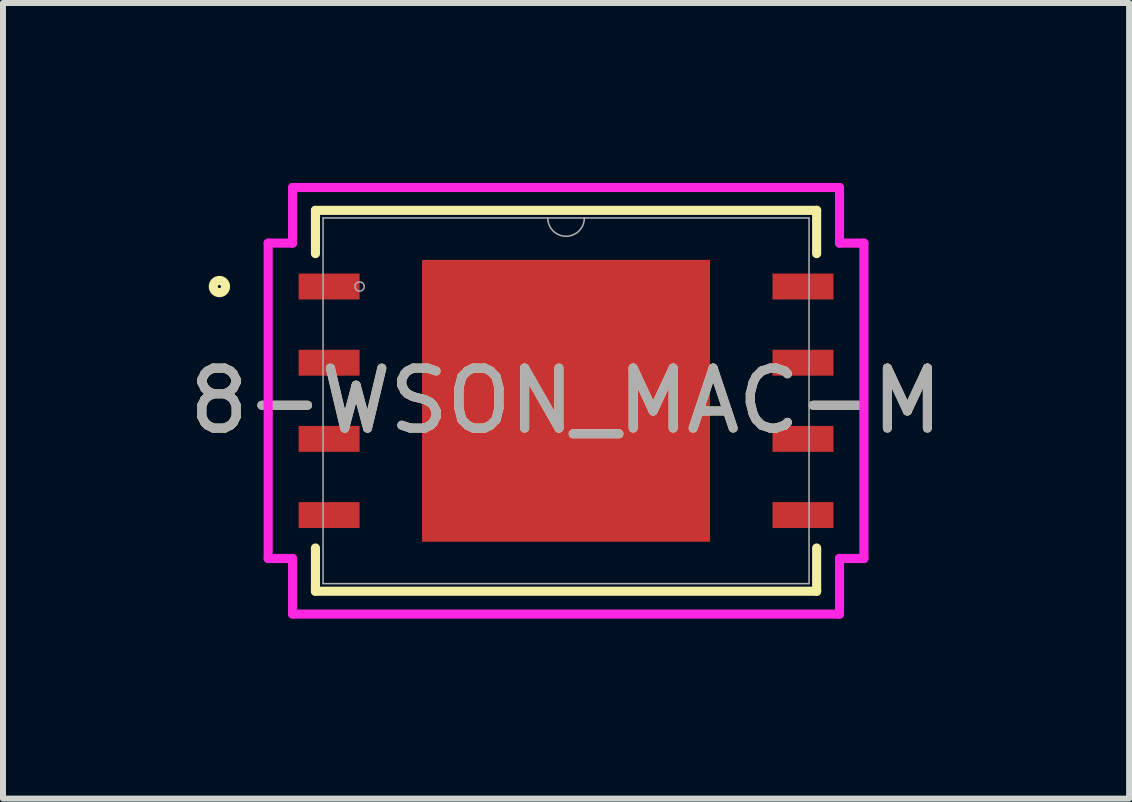
<source format=kicad_pcb>
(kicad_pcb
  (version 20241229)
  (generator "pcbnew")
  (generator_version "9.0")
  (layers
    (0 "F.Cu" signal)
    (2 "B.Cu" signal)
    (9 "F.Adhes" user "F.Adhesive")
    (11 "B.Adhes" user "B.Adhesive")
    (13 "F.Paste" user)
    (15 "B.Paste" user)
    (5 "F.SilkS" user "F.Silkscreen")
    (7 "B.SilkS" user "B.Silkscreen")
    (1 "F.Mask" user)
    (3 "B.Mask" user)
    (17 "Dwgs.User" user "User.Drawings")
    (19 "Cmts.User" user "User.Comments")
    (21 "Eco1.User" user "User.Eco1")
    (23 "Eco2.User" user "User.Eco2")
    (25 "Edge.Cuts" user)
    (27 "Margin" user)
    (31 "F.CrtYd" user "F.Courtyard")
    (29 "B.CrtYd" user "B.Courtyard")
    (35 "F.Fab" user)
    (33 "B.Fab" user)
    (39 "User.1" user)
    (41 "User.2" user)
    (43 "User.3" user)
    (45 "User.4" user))
  (footprint "8-WSON_MAC-M"
    (layer "F.Cu")
    (at 6.387 3.632)
    (property "Reference" "8-WSON_MAC-M" (at 0 0 0) (unlocked yes) (layer "F.SilkS") (effects (font (size 1 1) (thickness 0.15))))
    (attr smd)
    (fp_line (start -4.178 -3.175) (end -4.178 -2.454) (stroke (width 0.152) (type solid)) (layer "F.SilkS"))
    (fp_line (start -4.178 2.454) (end -4.178 3.175) (stroke (width 0.152) (type solid)) (layer "F.SilkS"))
    (fp_line (start -4.178 3.175) (end 4.178 3.175) (stroke (width 0.152) (type solid)) (layer "F.SilkS"))
    (fp_line (start 4.178 -3.175) (end -4.178 -3.175) (stroke (width 0.152) (type solid)) (layer "F.SilkS"))
    (fp_line (start 4.178 -2.454) (end 4.178 -3.175) (stroke (width 0.152) (type solid)) (layer "F.SilkS"))
    (fp_line (start 4.178 3.175) (end 4.178 2.454) (stroke (width 0.152) (type solid)) (layer "F.SilkS"))
    (fp_circle (center -5.779 -1.905) (end -5.677 -1.905) (stroke (width 0.152) (type solid)) (fill no) (layer "F.SilkS"))
    (fp_poly (pts (xy -2.3 -2.249) (xy -2.3 -0.883) (xy -0.9 -0.883) (xy -0.9 -2.249)) (stroke (width 0) (type solid)) (fill yes) (layer "F.Paste"))
    (fp_poly (pts (xy -2.3 -0.683) (xy -2.3 0.683) (xy -0.9 0.683) (xy -0.9 -0.683)) (stroke (width 0) (type solid)) (fill yes) (layer "F.Paste"))
    (fp_poly (pts (xy -2.3 0.883) (xy -2.3 2.249) (xy -0.9 2.249) (xy -0.9 0.883)) (stroke (width 0) (type solid)) (fill yes) (layer "F.Paste"))
    (fp_poly (pts (xy -0.7 -2.249) (xy -0.7 -0.883) (xy 0.7 -0.883) (xy 0.7 -2.249)) (stroke (width 0) (type solid)) (fill yes) (layer "F.Paste"))
    (fp_poly (pts (xy -0.7 -0.683) (xy -0.7 0.683) (xy 0.7 0.683) (xy 0.7 -0.683)) (stroke (width 0) (type solid)) (fill yes) (layer "F.Paste"))
    (fp_poly (pts (xy -0.7 0.883) (xy -0.7 2.249) (xy 0.7 2.249) (xy 0.7 0.883)) (stroke (width 0) (type solid)) (fill yes) (layer "F.Paste"))
    (fp_poly (pts (xy 0.9 -2.249) (xy 0.9 -0.883) (xy 2.3 -0.883) (xy 2.3 -2.249)) (stroke (width 0) (type solid)) (fill yes) (layer "F.Paste"))
    (fp_poly (pts (xy 0.9 -0.683) (xy 0.9 0.683) (xy 2.3 0.683) (xy 2.3 -0.683)) (stroke (width 0) (type solid)) (fill yes) (layer "F.Paste"))
    (fp_poly (pts (xy 0.9 0.883) (xy 0.9 2.249) (xy 2.3 2.249) (xy 2.3 0.883)) (stroke (width 0) (type solid)) (fill yes) (layer "F.Paste"))
    (fp_line (start -4.966 -2.629) (end -4.559 -2.629) (stroke (width 0.152) (type solid)) (layer "F.CrtYd"))
    (fp_line (start -4.966 2.629) (end -4.966 -2.629) (stroke (width 0.152) (type solid)) (layer "F.CrtYd"))
    (fp_line (start -4.966 2.629) (end -4.559 2.629) (stroke (width 0.152) (type solid)) (layer "F.CrtYd"))
    (fp_line (start -4.559 -3.556) (end 4.559 -3.556) (stroke (width 0.152) (type solid)) (layer "F.CrtYd"))
    (fp_line (start -4.559 -2.629) (end -4.559 -3.556) (stroke (width 0.152) (type solid)) (layer "F.CrtYd"))
    (fp_line (start -4.559 3.556) (end -4.559 2.629) (stroke (width 0.152) (type solid)) (layer "F.CrtYd"))
    (fp_line (start 4.559 -3.556) (end 4.559 -2.629) (stroke (width 0.152) (type solid)) (layer "F.CrtYd"))
    (fp_line (start 4.559 2.629) (end 4.559 3.556) (stroke (width 0.152) (type solid)) (layer "F.CrtYd"))
    (fp_line (start 4.559 3.556) (end -4.559 3.556) (stroke (width 0.152) (type solid)) (layer "F.CrtYd"))
    (fp_line (start 4.966 -2.629) (end 4.559 -2.629) (stroke (width 0.152) (type solid)) (layer "F.CrtYd"))
    (fp_line (start 4.966 -2.629) (end 4.966 2.629) (stroke (width 0.152) (type solid)) (layer "F.CrtYd"))
    (fp_line (start 4.966 2.629) (end 4.559 2.629) (stroke (width 0.152) (type solid)) (layer "F.CrtYd"))
    (fp_line (start -4.051 -3.048) (end -4.051 3.048) (stroke (width 0.025) (type solid)) (layer "F.Fab"))
    (fp_line (start -4.051 3.048) (end 4.051 3.048) (stroke (width 0.025) (type solid)) (layer "F.Fab"))
    (fp_line (start 4.051 -3.048) (end -4.051 -3.048) (stroke (width 0.025) (type solid)) (layer "F.Fab"))
    (fp_line (start 4.051 3.048) (end 4.051 -3.048) (stroke (width 0.025) (type solid)) (layer "F.Fab"))
    (fp_arc (start 0.3048 -3.048) (mid 0 -2.7432) (end -0.3048 -3.048) (stroke (width 0.0254) (type solid)) (layer "F.Fab"))
    (fp_circle (center -3.442 -1.905) (end -3.365 -1.905) (stroke (width 0.025) (type solid)) (fill no) (layer "F.Fab"))
    (fp_text user "${REFERENCE}" (at 0 0 0) (unlocked yes) (layer "F.Fab") (effects (font (size 1 1) (thickness 0.15))))
    (pad "1" smd rect (at -3.95 -1.905) (size 1.016 0.432) (layers "F.Cu" "F.Mask" "F.Paste"))
    (pad "2" smd rect (at -3.95 -0.635) (size 1.016 0.432) (layers "F.Cu" "F.Mask" "F.Paste"))
    (pad "3" smd rect (at -3.95 0.635) (size 1.016 0.432) (layers "F.Cu" "F.Mask" "F.Paste"))
    (pad "4" smd rect (at -3.95 1.905) (size 1.016 0.432) (layers "F.Cu" "F.Mask" "F.Paste"))
    (pad "5" smd rect (at 3.95 1.905) (size 1.016 0.432) (layers "F.Cu" "F.Mask" "F.Paste"))
    (pad "6" smd rect (at 3.95 0.635) (size 1.016 0.432) (layers "F.Cu" "F.Mask" "F.Paste"))
    (pad "7" smd rect (at 3.95 -0.635) (size 1.016 0.432) (layers "F.Cu" "F.Mask" "F.Paste"))
    (pad "8" smd rect (at 3.95 -1.905) (size 1.016 0.432) (layers "F.Cu" "F.Mask" "F.Paste"))
    (pad "9" smd rect (at 0 0) (size 4.801 4.699) (layers "F.Cu" "F.Mask" "F.Paste")))
  (gr_rect
    (start -3 -3)
    (end 15.774 10.264)
    (stroke (width 0.1) (type default))
    (fill no)
    (layer "Edge.Cuts")))
</source>
